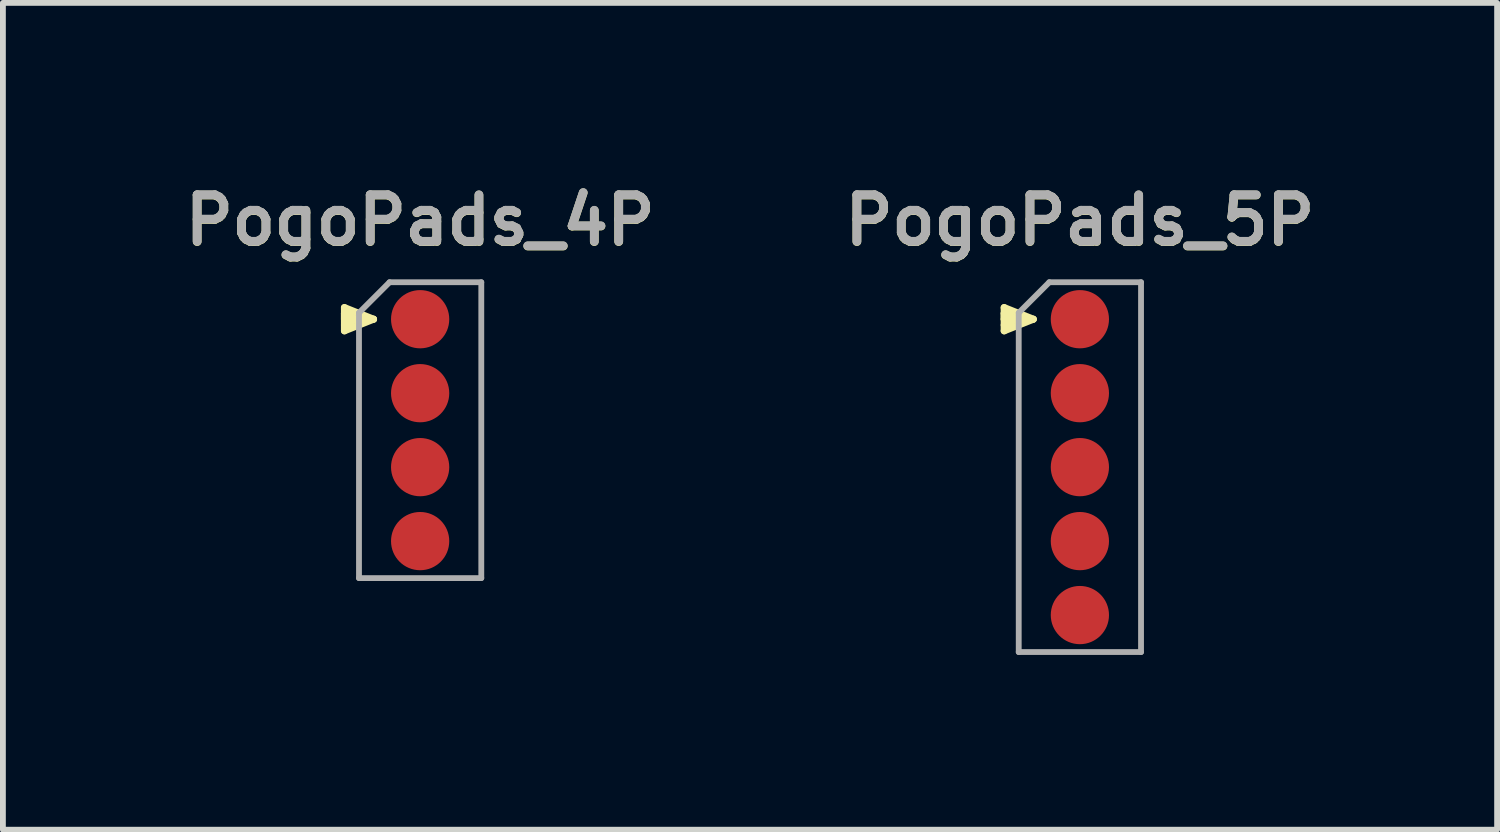
<source format=kicad_pcb>
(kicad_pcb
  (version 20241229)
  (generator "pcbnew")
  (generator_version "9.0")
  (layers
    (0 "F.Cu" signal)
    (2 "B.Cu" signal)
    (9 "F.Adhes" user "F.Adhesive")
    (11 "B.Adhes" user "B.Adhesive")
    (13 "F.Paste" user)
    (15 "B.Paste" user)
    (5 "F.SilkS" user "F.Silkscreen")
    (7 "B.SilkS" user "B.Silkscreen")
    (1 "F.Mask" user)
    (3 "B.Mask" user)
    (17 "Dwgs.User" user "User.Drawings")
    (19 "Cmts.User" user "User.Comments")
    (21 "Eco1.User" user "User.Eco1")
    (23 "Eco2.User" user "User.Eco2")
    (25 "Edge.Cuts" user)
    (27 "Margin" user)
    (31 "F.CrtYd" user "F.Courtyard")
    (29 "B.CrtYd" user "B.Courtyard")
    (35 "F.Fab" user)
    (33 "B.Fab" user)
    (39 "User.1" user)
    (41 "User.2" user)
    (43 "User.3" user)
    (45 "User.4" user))
  (footprint "PogoPads_4P"
    (layer "F.Cu")
    (at 4.164 2.431)
    (property "Reference" "PogoPads_4P" (at 0 -1.695 0) (layer "F.SilkS") (effects (font (size 0.8 0.8) (thickness 0.15))))
    (attr through_hole)
    (fp_line (start -1.3 -0.2) (end -1.3 0.2) (stroke (width 0.12) (type solid)) (layer "F.SilkS"))
    (fp_line (start -1.3 -0.1) (end -1.1 0) (stroke (width 0.12) (type solid)) (layer "F.SilkS"))
    (fp_line (start -1.3 0) (end -1.3 -0.1) (stroke (width 0.12) (type solid)) (layer "F.SilkS"))
    (fp_line (start -1.3 0.1) (end -1.1 0) (stroke (width 0.12) (type solid)) (layer "F.SilkS"))
    (fp_line (start -1.3 0.2) (end -0.8 0) (stroke (width 0.12) (type solid)) (layer "F.SilkS"))
    (fp_line (start -0.8 0) (end -1.3 -0.2) (stroke (width 0.12) (type solid)) (layer "F.SilkS"))
    (fp_line (start -0.8 0) (end -1.3 0) (stroke (width 0.12) (type solid)) (layer "F.SilkS"))
    (fp_line (start -1.05 -0.11) (end -0.525 -0.635) (stroke (width 0.1) (type solid)) (layer "F.Fab"))
    (fp_line (start -1.05 4.445) (end -1.05 -0.11) (stroke (width 0.1) (type solid)) (layer "F.Fab"))
    (fp_line (start -0.525 -0.635) (end 1.05 -0.635) (stroke (width 0.1) (type solid)) (layer "F.Fab"))
    (fp_line (start 1.05 -0.635) (end 1.05 4.445) (stroke (width 0.1) (type solid)) (layer "F.Fab"))
    (fp_line (start 1.05 4.445) (end -1.05 4.445) (stroke (width 0.1) (type solid)) (layer "F.Fab"))
    (fp_text user "${REFERENCE}" (at 0 -1.7 180) (layer "F.Fab") (effects (font (size 0.8 0.8) (thickness 0.15))))
    (pad "1" smd circle (at 0 0) (size 1 1) (layers "F.Cu" "F.Mask" "F.Paste"))
    (pad "2" smd oval (at 0 1.27) (size 1 1) (layers "F.Cu" "F.Mask" "F.Paste"))
    (pad "3" smd oval (at 0 2.54) (size 1 1) (layers "F.Cu" "F.Mask" "F.Paste"))
    (pad "4" smd oval (at 0 3.81) (size 1 1) (layers "F.Cu" "F.Mask" "F.Paste")))
  (footprint "PogoPads_5P"
    (layer "F.Cu")
    (at 15.492 2.431)
    (property "Reference" "PogoPads_5P" (at 0 -1.695 0) (layer "F.SilkS") (effects (font (size 0.8 0.8) (thickness 0.15))))
    (attr through_hole)
    (fp_line (start -1.3 -0.2) (end -1.3 0.2) (stroke (width 0.12) (type solid)) (layer "F.SilkS"))
    (fp_line (start -1.3 -0.1) (end -1.1 0) (stroke (width 0.12) (type solid)) (layer "F.SilkS"))
    (fp_line (start -1.3 0) (end -1.3 -0.1) (stroke (width 0.12) (type solid)) (layer "F.SilkS"))
    (fp_line (start -1.3 0.1) (end -1.1 0) (stroke (width 0.12) (type solid)) (layer "F.SilkS"))
    (fp_line (start -1.3 0.2) (end -0.8 0) (stroke (width 0.12) (type solid)) (layer "F.SilkS"))
    (fp_line (start -0.8 0) (end -1.3 -0.2) (stroke (width 0.12) (type solid)) (layer "F.SilkS"))
    (fp_line (start -0.8 0) (end -1.3 0) (stroke (width 0.12) (type solid)) (layer "F.SilkS"))
    (fp_line (start -1.05 -0.11) (end -0.525 -0.635) (stroke (width 0.1) (type solid)) (layer "F.Fab"))
    (fp_line (start -1.05 5.715) (end -1.05 -0.11) (stroke (width 0.1) (type solid)) (layer "F.Fab"))
    (fp_line (start -0.525 -0.635) (end 1.05 -0.635) (stroke (width 0.1) (type solid)) (layer "F.Fab"))
    (fp_line (start 1.05 -0.635) (end 1.05 5.715) (stroke (width 0.1) (type solid)) (layer "F.Fab"))
    (fp_line (start 1.05 5.715) (end -1.05 5.715) (stroke (width 0.1) (type solid)) (layer "F.Fab"))
    (fp_text user "${REFERENCE}" (at 0 -1.7 180) (layer "F.Fab") (effects (font (size 0.8 0.8) (thickness 0.15))))
    (pad "1" smd circle (at 0 0) (size 1 1) (layers "F.Cu" "F.Mask" "F.Paste"))
    (pad "2" smd oval (at 0 1.27) (size 1 1) (layers "F.Cu" "F.Mask" "F.Paste"))
    (pad "3" smd oval (at 0 2.54) (size 1 1) (layers "F.Cu" "F.Mask" "F.Paste"))
    (pad "4" smd oval (at 0 3.81) (size 1 1) (layers "F.Cu" "F.Mask" "F.Paste"))
    (pad "5" smd oval (at 0 5.08) (size 1 1) (layers "F.Cu" "F.Mask" "F.Paste")))
  (gr_rect
    (start -3 -3)
    (end 22.656 11.196)
    (stroke (width 0.1) (type default))
    (fill no)
    (layer "Edge.Cuts")))
</source>
